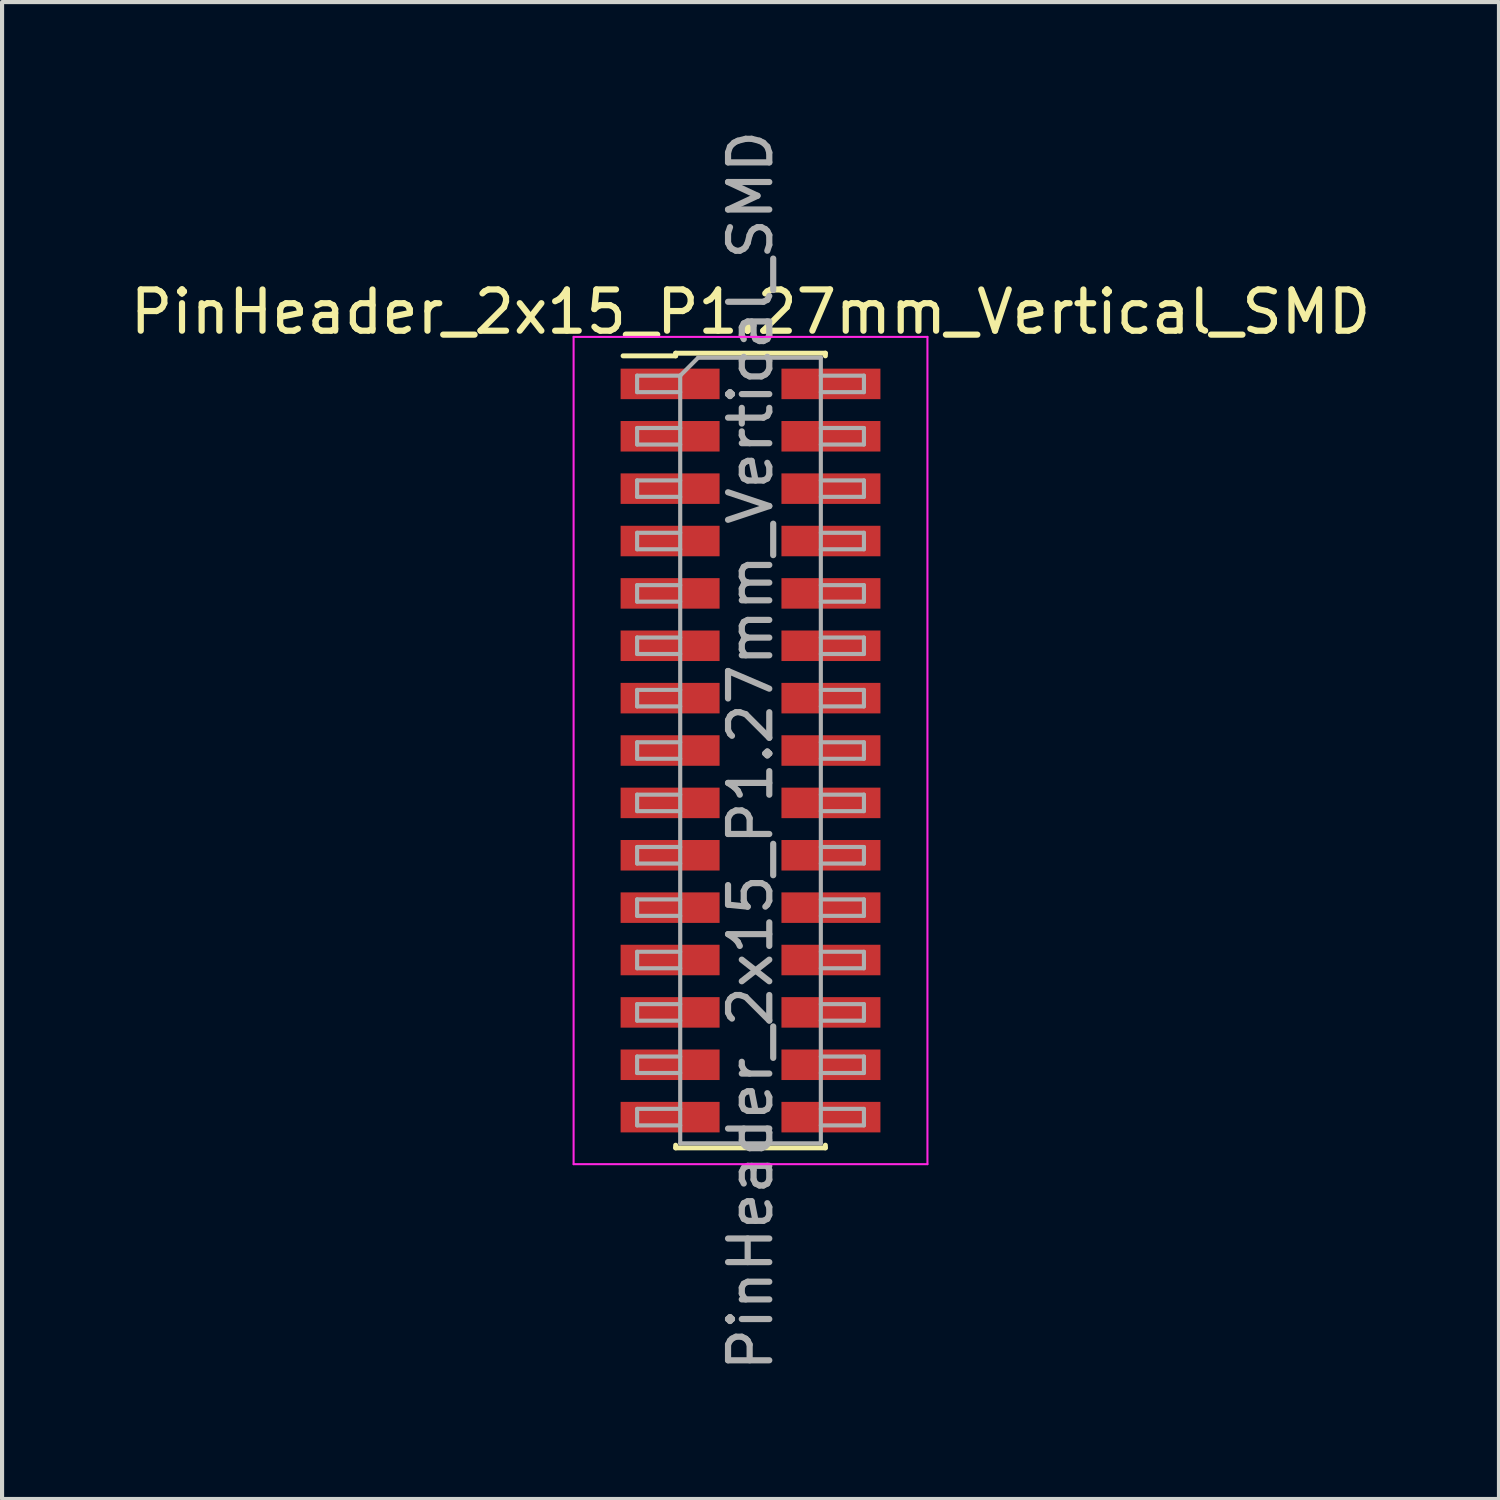
<source format=kicad_pcb>
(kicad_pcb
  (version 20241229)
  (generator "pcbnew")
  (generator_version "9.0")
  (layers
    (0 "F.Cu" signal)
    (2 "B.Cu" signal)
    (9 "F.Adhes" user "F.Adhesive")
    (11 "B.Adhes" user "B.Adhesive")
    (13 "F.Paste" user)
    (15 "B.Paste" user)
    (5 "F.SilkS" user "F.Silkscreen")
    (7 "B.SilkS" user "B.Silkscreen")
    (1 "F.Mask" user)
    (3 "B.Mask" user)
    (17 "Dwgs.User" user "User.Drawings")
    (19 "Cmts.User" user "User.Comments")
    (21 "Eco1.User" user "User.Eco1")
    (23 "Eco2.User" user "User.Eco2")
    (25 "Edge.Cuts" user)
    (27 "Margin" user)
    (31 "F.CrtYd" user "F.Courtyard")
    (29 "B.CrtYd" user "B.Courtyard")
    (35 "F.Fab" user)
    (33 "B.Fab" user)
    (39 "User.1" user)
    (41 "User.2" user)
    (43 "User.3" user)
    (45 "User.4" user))
  (footprint "PinHeader_2x15_P1.27mm_Vertical_SMD"
    (layer "F.Cu")
    (at 15.149 15.149)
    (property "Reference" "PinHeader_2x15_P1.27mm_Vertical_SMD" (at 0 -10.635 0) (layer "F.SilkS") (effects (font (size 1 1) (thickness 0.15))))
    (attr smd)
    (fp_line (start -3.09 -9.57) (end -1.815 -9.57) (stroke (width 0.12) (type solid)) (layer "F.SilkS"))
    (fp_line (start -1.815 -9.635) (end -1.815 -9.57) (stroke (width 0.12) (type solid)) (layer "F.SilkS"))
    (fp_line (start -1.815 -9.635) (end 1.815 -9.635) (stroke (width 0.12) (type solid)) (layer "F.SilkS"))
    (fp_line (start -1.815 9.57) (end -1.815 9.635) (stroke (width 0.12) (type solid)) (layer "F.SilkS"))
    (fp_line (start -1.815 9.635) (end 1.815 9.635) (stroke (width 0.12) (type solid)) (layer "F.SilkS"))
    (fp_line (start 1.815 -9.635) (end 1.815 -9.57) (stroke (width 0.12) (type solid)) (layer "F.SilkS"))
    (fp_line (start 1.815 9.57) (end 1.815 9.635) (stroke (width 0.12) (type solid)) (layer "F.SilkS"))
    (fp_line (start -4.29 -10.03) (end -4.29 10.03) (stroke (width 0.05) (type solid)) (layer "F.CrtYd"))
    (fp_line (start -4.29 10.03) (end 4.29 10.03) (stroke (width 0.05) (type solid)) (layer "F.CrtYd"))
    (fp_line (start 4.29 -10.03) (end -4.29 -10.03) (stroke (width 0.05) (type solid)) (layer "F.CrtYd"))
    (fp_line (start 4.29 10.03) (end 4.29 -10.03) (stroke (width 0.05) (type solid)) (layer "F.CrtYd"))
    (fp_line (start -2.75 -9.09) (end -2.75 -8.69) (stroke (width 0.1) (type solid)) (layer "F.Fab"))
    (fp_line (start -2.75 -8.69) (end -1.705 -8.69) (stroke (width 0.1) (type solid)) (layer "F.Fab"))
    (fp_line (start -2.75 -7.82) (end -2.75 -7.42) (stroke (width 0.1) (type solid)) (layer "F.Fab"))
    (fp_line (start -2.75 -7.42) (end -1.705 -7.42) (stroke (width 0.1) (type solid)) (layer "F.Fab"))
    (fp_line (start -2.75 -6.55) (end -2.75 -6.15) (stroke (width 0.1) (type solid)) (layer "F.Fab"))
    (fp_line (start -2.75 -6.15) (end -1.705 -6.15) (stroke (width 0.1) (type solid)) (layer "F.Fab"))
    (fp_line (start -2.75 -5.28) (end -2.75 -4.88) (stroke (width 0.1) (type solid)) (layer "F.Fab"))
    (fp_line (start -2.75 -4.88) (end -1.705 -4.88) (stroke (width 0.1) (type solid)) (layer "F.Fab"))
    (fp_line (start -2.75 -4.01) (end -2.75 -3.61) (stroke (width 0.1) (type solid)) (layer "F.Fab"))
    (fp_line (start -2.75 -3.61) (end -1.705 -3.61) (stroke (width 0.1) (type solid)) (layer "F.Fab"))
    (fp_line (start -2.75 -2.74) (end -2.75 -2.34) (stroke (width 0.1) (type solid)) (layer "F.Fab"))
    (fp_line (start -2.75 -2.34) (end -1.705 -2.34) (stroke (width 0.1) (type solid)) (layer "F.Fab"))
    (fp_line (start -2.75 -1.47) (end -2.75 -1.07) (stroke (width 0.1) (type solid)) (layer "F.Fab"))
    (fp_line (start -2.75 -1.07) (end -1.705 -1.07) (stroke (width 0.1) (type solid)) (layer "F.Fab"))
    (fp_line (start -2.75 -0.2) (end -2.75 0.2) (stroke (width 0.1) (type solid)) (layer "F.Fab"))
    (fp_line (start -2.75 0.2) (end -1.705 0.2) (stroke (width 0.1) (type solid)) (layer "F.Fab"))
    (fp_line (start -2.75 1.07) (end -2.75 1.47) (stroke (width 0.1) (type solid)) (layer "F.Fab"))
    (fp_line (start -2.75 1.47) (end -1.705 1.47) (stroke (width 0.1) (type solid)) (layer "F.Fab"))
    (fp_line (start -2.75 2.34) (end -2.75 2.74) (stroke (width 0.1) (type solid)) (layer "F.Fab"))
    (fp_line (start -2.75 2.74) (end -1.705 2.74) (stroke (width 0.1) (type solid)) (layer "F.Fab"))
    (fp_line (start -2.75 3.61) (end -2.75 4.01) (stroke (width 0.1) (type solid)) (layer "F.Fab"))
    (fp_line (start -2.75 4.01) (end -1.705 4.01) (stroke (width 0.1) (type solid)) (layer "F.Fab"))
    (fp_line (start -2.75 4.88) (end -2.75 5.28) (stroke (width 0.1) (type solid)) (layer "F.Fab"))
    (fp_line (start -2.75 5.28) (end -1.705 5.28) (stroke (width 0.1) (type solid)) (layer "F.Fab"))
    (fp_line (start -2.75 6.15) (end -2.75 6.55) (stroke (width 0.1) (type solid)) (layer "F.Fab"))
    (fp_line (start -2.75 6.55) (end -1.705 6.55) (stroke (width 0.1) (type solid)) (layer "F.Fab"))
    (fp_line (start -2.75 7.42) (end -2.75 7.82) (stroke (width 0.1) (type solid)) (layer "F.Fab"))
    (fp_line (start -2.75 7.82) (end -1.705 7.82) (stroke (width 0.1) (type solid)) (layer "F.Fab"))
    (fp_line (start -2.75 8.69) (end -2.75 9.09) (stroke (width 0.1) (type solid)) (layer "F.Fab"))
    (fp_line (start -2.75 9.09) (end -1.705 9.09) (stroke (width 0.1) (type solid)) (layer "F.Fab"))
    (fp_line (start -1.705 -9.09) (end -2.75 -9.09) (stroke (width 0.1) (type solid)) (layer "F.Fab"))
    (fp_line (start -1.705 -9.09) (end -1.27 -9.525) (stroke (width 0.1) (type solid)) (layer "F.Fab"))
    (fp_line (start -1.705 -7.82) (end -2.75 -7.82) (stroke (width 0.1) (type solid)) (layer "F.Fab"))
    (fp_line (start -1.705 -6.55) (end -2.75 -6.55) (stroke (width 0.1) (type solid)) (layer "F.Fab"))
    (fp_line (start -1.705 -5.28) (end -2.75 -5.28) (stroke (width 0.1) (type solid)) (layer "F.Fab"))
    (fp_line (start -1.705 -4.01) (end -2.75 -4.01) (stroke (width 0.1) (type solid)) (layer "F.Fab"))
    (fp_line (start -1.705 -2.74) (end -2.75 -2.74) (stroke (width 0.1) (type solid)) (layer "F.Fab"))
    (fp_line (start -1.705 -1.47) (end -2.75 -1.47) (stroke (width 0.1) (type solid)) (layer "F.Fab"))
    (fp_line (start -1.705 -0.2) (end -2.75 -0.2) (stroke (width 0.1) (type solid)) (layer "F.Fab"))
    (fp_line (start -1.705 1.07) (end -2.75 1.07) (stroke (width 0.1) (type solid)) (layer "F.Fab"))
    (fp_line (start -1.705 2.34) (end -2.75 2.34) (stroke (width 0.1) (type solid)) (layer "F.Fab"))
    (fp_line (start -1.705 3.61) (end -2.75 3.61) (stroke (width 0.1) (type solid)) (layer "F.Fab"))
    (fp_line (start -1.705 4.88) (end -2.75 4.88) (stroke (width 0.1) (type solid)) (layer "F.Fab"))
    (fp_line (start -1.705 6.15) (end -2.75 6.15) (stroke (width 0.1) (type solid)) (layer "F.Fab"))
    (fp_line (start -1.705 7.42) (end -2.75 7.42) (stroke (width 0.1) (type solid)) (layer "F.Fab"))
    (fp_line (start -1.705 8.69) (end -2.75 8.69) (stroke (width 0.1) (type solid)) (layer "F.Fab"))
    (fp_line (start -1.705 9.525) (end -1.705 -9.09) (stroke (width 0.1) (type solid)) (layer "F.Fab"))
    (fp_line (start -1.27 -9.525) (end 1.705 -9.525) (stroke (width 0.1) (type solid)) (layer "F.Fab"))
    (fp_line (start 1.705 -9.525) (end 1.705 9.525) (stroke (width 0.1) (type solid)) (layer "F.Fab"))
    (fp_line (start 1.705 -9.09) (end 2.75 -9.09) (stroke (width 0.1) (type solid)) (layer "F.Fab"))
    (fp_line (start 1.705 -7.82) (end 2.75 -7.82) (stroke (width 0.1) (type solid)) (layer "F.Fab"))
    (fp_line (start 1.705 -6.55) (end 2.75 -6.55) (stroke (width 0.1) (type solid)) (layer "F.Fab"))
    (fp_line (start 1.705 -5.28) (end 2.75 -5.28) (stroke (width 0.1) (type solid)) (layer "F.Fab"))
    (fp_line (start 1.705 -4.01) (end 2.75 -4.01) (stroke (width 0.1) (type solid)) (layer "F.Fab"))
    (fp_line (start 1.705 -2.74) (end 2.75 -2.74) (stroke (width 0.1) (type solid)) (layer "F.Fab"))
    (fp_line (start 1.705 -1.47) (end 2.75 -1.47) (stroke (width 0.1) (type solid)) (layer "F.Fab"))
    (fp_line (start 1.705 -0.2) (end 2.75 -0.2) (stroke (width 0.1) (type solid)) (layer "F.Fab"))
    (fp_line (start 1.705 1.07) (end 2.75 1.07) (stroke (width 0.1) (type solid)) (layer "F.Fab"))
    (fp_line (start 1.705 2.34) (end 2.75 2.34) (stroke (width 0.1) (type solid)) (layer "F.Fab"))
    (fp_line (start 1.705 3.61) (end 2.75 3.61) (stroke (width 0.1) (type solid)) (layer "F.Fab"))
    (fp_line (start 1.705 4.88) (end 2.75 4.88) (stroke (width 0.1) (type solid)) (layer "F.Fab"))
    (fp_line (start 1.705 6.15) (end 2.75 6.15) (stroke (width 0.1) (type solid)) (layer "F.Fab"))
    (fp_line (start 1.705 7.42) (end 2.75 7.42) (stroke (width 0.1) (type solid)) (layer "F.Fab"))
    (fp_line (start 1.705 8.69) (end 2.75 8.69) (stroke (width 0.1) (type solid)) (layer "F.Fab"))
    (fp_line (start 1.705 9.525) (end -1.705 9.525) (stroke (width 0.1) (type solid)) (layer "F.Fab"))
    (fp_line (start 2.75 -9.09) (end 2.75 -8.69) (stroke (width 0.1) (type solid)) (layer "F.Fab"))
    (fp_line (start 2.75 -8.69) (end 1.705 -8.69) (stroke (width 0.1) (type solid)) (layer "F.Fab"))
    (fp_line (start 2.75 -7.82) (end 2.75 -7.42) (stroke (width 0.1) (type solid)) (layer "F.Fab"))
    (fp_line (start 2.75 -7.42) (end 1.705 -7.42) (stroke (width 0.1) (type solid)) (layer "F.Fab"))
    (fp_line (start 2.75 -6.55) (end 2.75 -6.15) (stroke (width 0.1) (type solid)) (layer "F.Fab"))
    (fp_line (start 2.75 -6.15) (end 1.705 -6.15) (stroke (width 0.1) (type solid)) (layer "F.Fab"))
    (fp_line (start 2.75 -5.28) (end 2.75 -4.88) (stroke (width 0.1) (type solid)) (layer "F.Fab"))
    (fp_line (start 2.75 -4.88) (end 1.705 -4.88) (stroke (width 0.1) (type solid)) (layer "F.Fab"))
    (fp_line (start 2.75 -4.01) (end 2.75 -3.61) (stroke (width 0.1) (type solid)) (layer "F.Fab"))
    (fp_line (start 2.75 -3.61) (end 1.705 -3.61) (stroke (width 0.1) (type solid)) (layer "F.Fab"))
    (fp_line (start 2.75 -2.74) (end 2.75 -2.34) (stroke (width 0.1) (type solid)) (layer "F.Fab"))
    (fp_line (start 2.75 -2.34) (end 1.705 -2.34) (stroke (width 0.1) (type solid)) (layer "F.Fab"))
    (fp_line (start 2.75 -1.47) (end 2.75 -1.07) (stroke (width 0.1) (type solid)) (layer "F.Fab"))
    (fp_line (start 2.75 -1.07) (end 1.705 -1.07) (stroke (width 0.1) (type solid)) (layer "F.Fab"))
    (fp_line (start 2.75 -0.2) (end 2.75 0.2) (stroke (width 0.1) (type solid)) (layer "F.Fab"))
    (fp_line (start 2.75 0.2) (end 1.705 0.2) (stroke (width 0.1) (type solid)) (layer "F.Fab"))
    (fp_line (start 2.75 1.07) (end 2.75 1.47) (stroke (width 0.1) (type solid)) (layer "F.Fab"))
    (fp_line (start 2.75 1.47) (end 1.705 1.47) (stroke (width 0.1) (type solid)) (layer "F.Fab"))
    (fp_line (start 2.75 2.34) (end 2.75 2.74) (stroke (width 0.1) (type solid)) (layer "F.Fab"))
    (fp_line (start 2.75 2.74) (end 1.705 2.74) (stroke (width 0.1) (type solid)) (layer "F.Fab"))
    (fp_line (start 2.75 3.61) (end 2.75 4.01) (stroke (width 0.1) (type solid)) (layer "F.Fab"))
    (fp_line (start 2.75 4.01) (end 1.705 4.01) (stroke (width 0.1) (type solid)) (layer "F.Fab"))
    (fp_line (start 2.75 4.88) (end 2.75 5.28) (stroke (width 0.1) (type solid)) (layer "F.Fab"))
    (fp_line (start 2.75 5.28) (end 1.705 5.28) (stroke (width 0.1) (type solid)) (layer "F.Fab"))
    (fp_line (start 2.75 6.15) (end 2.75 6.55) (stroke (width 0.1) (type solid)) (layer "F.Fab"))
    (fp_line (start 2.75 6.55) (end 1.705 6.55) (stroke (width 0.1) (type solid)) (layer "F.Fab"))
    (fp_line (start 2.75 7.42) (end 2.75 7.82) (stroke (width 0.1) (type solid)) (layer "F.Fab"))
    (fp_line (start 2.75 7.82) (end 1.705 7.82) (stroke (width 0.1) (type solid)) (layer "F.Fab"))
    (fp_line (start 2.75 8.69) (end 2.75 9.09) (stroke (width 0.1) (type solid)) (layer "F.Fab"))
    (fp_line (start 2.75 9.09) (end 1.705 9.09) (stroke (width 0.1) (type solid)) (layer "F.Fab"))
    (fp_text user "${REFERENCE}" (at 0 0 90) (layer "F.Fab") (effects (font (size 1 1) (thickness 0.15))))
    (pad "1" smd rect (at -1.95 -8.89) (size 2.4 0.74) (layers "F.Cu" "F.Mask" "F.Paste"))
    (pad "2" smd rect (at 1.95 -8.89) (size 2.4 0.74) (layers "F.Cu" "F.Mask" "F.Paste"))
    (pad "3" smd rect (at -1.95 -7.62) (size 2.4 0.74) (layers "F.Cu" "F.Mask" "F.Paste"))
    (pad "4" smd rect (at 1.95 -7.62) (size 2.4 0.74) (layers "F.Cu" "F.Mask" "F.Paste"))
    (pad "5" smd rect (at -1.95 -6.35) (size 2.4 0.74) (layers "F.Cu" "F.Mask" "F.Paste"))
    (pad "6" smd rect (at 1.95 -6.35) (size 2.4 0.74) (layers "F.Cu" "F.Mask" "F.Paste"))
    (pad "7" smd rect (at -1.95 -5.08) (size 2.4 0.74) (layers "F.Cu" "F.Mask" "F.Paste"))
    (pad "8" smd rect (at 1.95 -5.08) (size 2.4 0.74) (layers "F.Cu" "F.Mask" "F.Paste"))
    (pad "9" smd rect (at -1.95 -3.81) (size 2.4 0.74) (layers "F.Cu" "F.Mask" "F.Paste"))
    (pad "10" smd rect (at 1.95 -3.81) (size 2.4 0.74) (layers "F.Cu" "F.Mask" "F.Paste"))
    (pad "11" smd rect (at -1.95 -2.54) (size 2.4 0.74) (layers "F.Cu" "F.Mask" "F.Paste"))
    (pad "12" smd rect (at 1.95 -2.54) (size 2.4 0.74) (layers "F.Cu" "F.Mask" "F.Paste"))
    (pad "13" smd rect (at -1.95 -1.27) (size 2.4 0.74) (layers "F.Cu" "F.Mask" "F.Paste"))
    (pad "14" smd rect (at 1.95 -1.27) (size 2.4 0.74) (layers "F.Cu" "F.Mask" "F.Paste"))
    (pad "15" smd rect (at -1.95 0) (size 2.4 0.74) (layers "F.Cu" "F.Mask" "F.Paste"))
    (pad "16" smd rect (at 1.95 0) (size 2.4 0.74) (layers "F.Cu" "F.Mask" "F.Paste"))
    (pad "17" smd rect (at -1.95 1.27) (size 2.4 0.74) (layers "F.Cu" "F.Mask" "F.Paste"))
    (pad "18" smd rect (at 1.95 1.27) (size 2.4 0.74) (layers "F.Cu" "F.Mask" "F.Paste"))
    (pad "19" smd rect (at -1.95 2.54) (size 2.4 0.74) (layers "F.Cu" "F.Mask" "F.Paste"))
    (pad "20" smd rect (at 1.95 2.54) (size 2.4 0.74) (layers "F.Cu" "F.Mask" "F.Paste"))
    (pad "21" smd rect (at -1.95 3.81) (size 2.4 0.74) (layers "F.Cu" "F.Mask" "F.Paste"))
    (pad "22" smd rect (at 1.95 3.81) (size 2.4 0.74) (layers "F.Cu" "F.Mask" "F.Paste"))
    (pad "23" smd rect (at -1.95 5.08) (size 2.4 0.74) (layers "F.Cu" "F.Mask" "F.Paste"))
    (pad "24" smd rect (at 1.95 5.08) (size 2.4 0.74) (layers "F.Cu" "F.Mask" "F.Paste"))
    (pad "25" smd rect (at -1.95 6.35) (size 2.4 0.74) (layers "F.Cu" "F.Mask" "F.Paste"))
    (pad "26" smd rect (at 1.95 6.35) (size 2.4 0.74) (layers "F.Cu" "F.Mask" "F.Paste"))
    (pad "27" smd rect (at -1.95 7.62) (size 2.4 0.74) (layers "F.Cu" "F.Mask" "F.Paste"))
    (pad "28" smd rect (at 1.95 7.62) (size 2.4 0.74) (layers "F.Cu" "F.Mask" "F.Paste"))
    (pad "29" smd rect (at -1.95 8.89) (size 2.4 0.74) (layers "F.Cu" "F.Mask" "F.Paste"))
    (pad "30" smd rect (at 1.95 8.89) (size 2.4 0.74) (layers "F.Cu" "F.Mask" "F.Paste")))
  (gr_rect
    (start -3 -3)
    (end 33.298 33.298)
    (stroke (width 0.1) (type default))
    (fill no)
    (layer "Edge.Cuts")))
</source>
